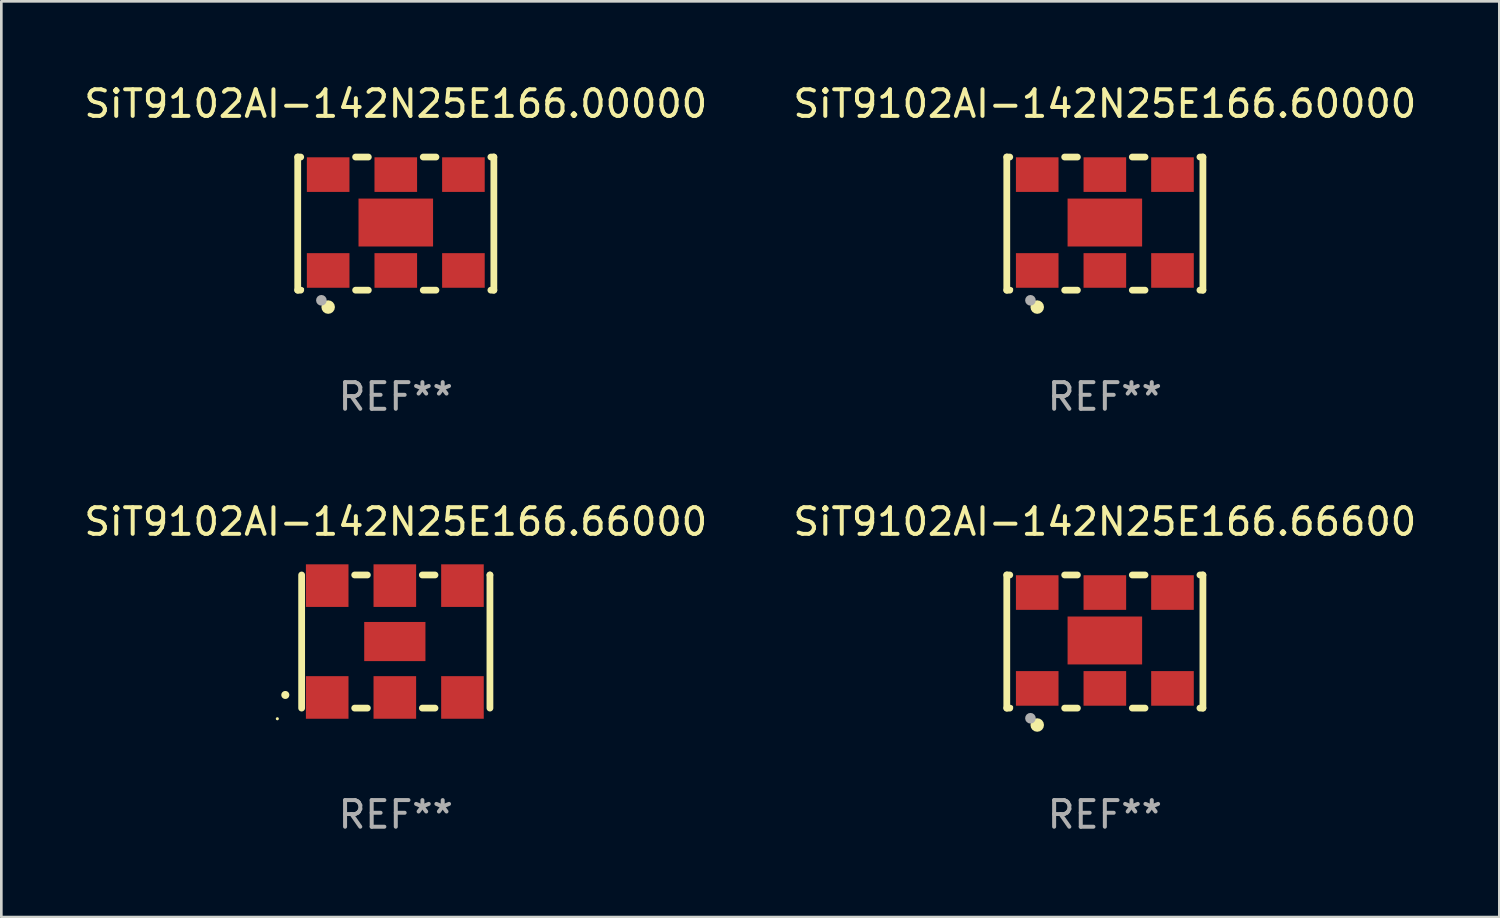
<source format=kicad_pcb>
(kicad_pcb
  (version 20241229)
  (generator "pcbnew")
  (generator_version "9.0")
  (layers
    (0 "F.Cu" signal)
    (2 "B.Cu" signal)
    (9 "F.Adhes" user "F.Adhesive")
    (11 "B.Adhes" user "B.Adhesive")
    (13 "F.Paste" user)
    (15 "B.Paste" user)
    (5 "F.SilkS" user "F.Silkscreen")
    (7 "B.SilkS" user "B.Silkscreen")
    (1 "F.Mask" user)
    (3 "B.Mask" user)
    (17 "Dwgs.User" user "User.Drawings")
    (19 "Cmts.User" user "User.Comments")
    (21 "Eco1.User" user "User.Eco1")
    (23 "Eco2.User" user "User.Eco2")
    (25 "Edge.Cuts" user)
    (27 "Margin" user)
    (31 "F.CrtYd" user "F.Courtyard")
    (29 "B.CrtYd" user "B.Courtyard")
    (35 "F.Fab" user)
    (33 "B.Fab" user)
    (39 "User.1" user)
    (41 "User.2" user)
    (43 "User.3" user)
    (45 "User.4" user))
  (footprint "SiT9102AI-142N25E166.60000"
    (layer "F.Cu")
    (at 38.446 5.348)
    (property "Reference" "SiT9102AI-142N25E166.60000" (at 0 -4.5 0) (layer "F.SilkS") (effects (font (size 1 1) (thickness 0.15))))
    (attr through_hole)
    (fp_line (start -3.683 -2.5) (end -3.571 -2.5) (stroke (width 0.254) (type solid)) (layer "F.SilkS"))
    (fp_line (start -3.683 2.5) (end -3.683 -2.5) (stroke (width 0.254) (type solid)) (layer "F.SilkS"))
    (fp_line (start -3.683 2.5) (end -3.571 2.5) (stroke (width 0.254) (type solid)) (layer "F.SilkS"))
    (fp_line (start -1.509 -2.5) (end -1.031 -2.5) (stroke (width 0.254) (type solid)) (layer "F.SilkS"))
    (fp_line (start -1.509 2.5) (end -1.031 2.5) (stroke (width 0.254) (type solid)) (layer "F.SilkS"))
    (fp_line (start 1.031 -2.5) (end 1.509 -2.5) (stroke (width 0.254) (type solid)) (layer "F.SilkS"))
    (fp_line (start 1.031 2.5) (end 1.509 2.5) (stroke (width 0.254) (type solid)) (layer "F.SilkS"))
    (fp_line (start 3.571 -2.5) (end 3.683 -2.5) (stroke (width 0.254) (type solid)) (layer "F.SilkS"))
    (fp_line (start 3.571 2.5) (end 3.683 2.5) (stroke (width 0.254) (type solid)) (layer "F.SilkS"))
    (fp_line (start 3.683 2.5) (end 3.683 -2.5) (stroke (width 0.254) (type solid)) (layer "F.SilkS"))
    (fp_circle (center -3.5 2.46) (end -3.47 2.46) (stroke (width 0.06) (type solid)) (fill no) (layer "F.SilkS"))
    (fp_circle (center -2.54 3.135) (end -2.413 3.135) (stroke (width 0.254) (type solid)) (fill no) (layer "F.SilkS"))
    (fp_circle (center -2.794 2.881) (end -2.694 2.881) (stroke (width 0.2) (type solid)) (fill no) (layer "F.Fab"))
    (fp_text user "REF**" (at 0 6.5 0) (layer "F.Fab") (effects (font (size 1 1) (thickness 0.15))))
    (pad "1" smd rect (at -2.54 1.76) (size 1.6 1.3) (layers "F.Cu" "F.Mask" "F.Paste"))
    (pad "2" smd rect (at 0 1.76) (size 1.6 1.3) (layers "F.Cu" "F.Mask" "F.Paste"))
    (pad "3" smd rect (at 2.54 1.76) (size 1.6 1.3) (layers "F.Cu" "F.Mask" "F.Paste"))
    (pad "4" smd rect (at 2.54 -1.84) (size 1.6 1.3) (layers "F.Cu" "F.Mask" "F.Paste"))
    (pad "5" smd rect (at 0 -1.84) (size 1.6 1.3) (layers "F.Cu" "F.Mask" "F.Paste"))
    (pad "6" smd rect (at -2.54 -1.84) (size 1.6 1.3) (layers "F.Cu" "F.Mask" "F.Paste"))
    (pad "7" smd rect (at 0 -0.04) (size 2.8 1.8) (layers "F.Cu" "F.Mask" "F.Paste")))
  (footprint "SiT9102AI-142N25E166.66000"
    (layer "F.Cu")
    (at 11.815 21.045)
    (property "Reference" "SiT9102AI-142N25E166.66000" (at 0 -4.5 0) (layer "F.SilkS") (effects (font (size 1 1) (thickness 0.15))))
    (attr through_hole)
    (fp_line (start -3.536 -2.5) (end -3.536 2.5) (stroke (width 0.254) (type solid)) (layer "F.SilkS"))
    (fp_line (start -1.544 2.5) (end -1.067 2.5) (stroke (width 0.254) (type solid)) (layer "F.SilkS"))
    (fp_line (start -1.067 -2.5) (end -1.544 -2.5) (stroke (width 0.254) (type solid)) (layer "F.SilkS"))
    (fp_line (start 0.996 2.5) (end 1.473 2.5) (stroke (width 0.254) (type solid)) (layer "F.SilkS"))
    (fp_line (start 1.473 -2.5) (end 0.996 -2.5) (stroke (width 0.254) (type solid)) (layer "F.SilkS"))
    (fp_line (start 3.536 -2.5) (end 3.536 -2.5) (stroke (width 0.254) (type solid)) (layer "F.SilkS"))
    (fp_line (start 3.536 2.5) (end 3.536 -2.5) (stroke (width 0.254) (type solid)) (layer "F.SilkS"))
    (fp_arc (start -4.150432 2.006604) (mid -4.149162 2.006599) (end -4.147892 2.006604) (stroke (width 0.3) (type solid)) (layer "F.SilkS"))
    (fp_circle (center -4.449 2.9) (end -4.419 2.9) (stroke (width 0.06) (type solid)) (fill no) (layer "F.SilkS"))
    (fp_text user "REF**" (at 0 6.5 0) (layer "F.Fab") (effects (font (size 1 1) (thickness 0.15))))
    (pad "1" smd rect (at -2.576 2.1) (size 1.6 1.6) (layers "F.Cu" "F.Mask" "F.Paste"))
    (pad "2" smd rect (at -0.036 2.1) (size 1.6 1.6) (layers "F.Cu" "F.Mask" "F.Paste"))
    (pad "3" smd rect (at 2.504 2.1) (size 1.6 1.6) (layers "F.Cu" "F.Mask" "F.Paste"))
    (pad "4" smd rect (at 2.504 -2.1) (size 1.6 1.6) (layers "F.Cu" "F.Mask" "F.Paste"))
    (pad "5" smd rect (at -0.036 -2.1) (size 1.6 1.6) (layers "F.Cu" "F.Mask" "F.Paste"))
    (pad "6" smd rect (at -2.576 -2.1) (size 1.6 1.6) (layers "F.Cu" "F.Mask" "F.Paste"))
    (pad "7" smd rect (at -0.036 0) (size 2.3 1.47) (layers "F.Cu" "F.Mask" "F.Paste")))
  (footprint "SiT9102AI-142N25E166.66600"
    (layer "F.Cu")
    (at 38.446 21.045)
    (property "Reference" "SiT9102AI-142N25E166.66600" (at 0 -4.5 0) (layer "F.SilkS") (effects (font (size 1 1) (thickness 0.15))))
    (attr through_hole)
    (fp_line (start -3.683 -2.5) (end -3.571 -2.5) (stroke (width 0.254) (type solid)) (layer "F.SilkS"))
    (fp_line (start -3.683 2.5) (end -3.683 -2.5) (stroke (width 0.254) (type solid)) (layer "F.SilkS"))
    (fp_line (start -3.683 2.5) (end -3.571 2.5) (stroke (width 0.254) (type solid)) (layer "F.SilkS"))
    (fp_line (start -1.509 -2.5) (end -1.031 -2.5) (stroke (width 0.254) (type solid)) (layer "F.SilkS"))
    (fp_line (start -1.509 2.5) (end -1.031 2.5) (stroke (width 0.254) (type solid)) (layer "F.SilkS"))
    (fp_line (start 1.031 -2.5) (end 1.509 -2.5) (stroke (width 0.254) (type solid)) (layer "F.SilkS"))
    (fp_line (start 1.031 2.5) (end 1.509 2.5) (stroke (width 0.254) (type solid)) (layer "F.SilkS"))
    (fp_line (start 3.571 -2.5) (end 3.683 -2.5) (stroke (width 0.254) (type solid)) (layer "F.SilkS"))
    (fp_line (start 3.571 2.5) (end 3.683 2.5) (stroke (width 0.254) (type solid)) (layer "F.SilkS"))
    (fp_line (start 3.683 2.5) (end 3.683 -2.5) (stroke (width 0.254) (type solid)) (layer "F.SilkS"))
    (fp_circle (center -3.5 2.46) (end -3.47 2.46) (stroke (width 0.06) (type solid)) (fill no) (layer "F.SilkS"))
    (fp_circle (center -2.54 3.135) (end -2.413 3.135) (stroke (width 0.254) (type solid)) (fill no) (layer "F.SilkS"))
    (fp_circle (center -2.794 2.881) (end -2.694 2.881) (stroke (width 0.2) (type solid)) (fill no) (layer "F.Fab"))
    (fp_text user "REF**" (at 0 6.5 0) (layer "F.Fab") (effects (font (size 1 1) (thickness 0.15))))
    (pad "1" smd rect (at -2.54 1.76) (size 1.6 1.3) (layers "F.Cu" "F.Mask" "F.Paste"))
    (pad "2" smd rect (at 0 1.76) (size 1.6 1.3) (layers "F.Cu" "F.Mask" "F.Paste"))
    (pad "3" smd rect (at 2.54 1.76) (size 1.6 1.3) (layers "F.Cu" "F.Mask" "F.Paste"))
    (pad "4" smd rect (at 2.54 -1.84) (size 1.6 1.3) (layers "F.Cu" "F.Mask" "F.Paste"))
    (pad "5" smd rect (at 0 -1.84) (size 1.6 1.3) (layers "F.Cu" "F.Mask" "F.Paste"))
    (pad "6" smd rect (at -2.54 -1.84) (size 1.6 1.3) (layers "F.Cu" "F.Mask" "F.Paste"))
    (pad "7" smd rect (at 0 -0.04) (size 2.8 1.8) (layers "F.Cu" "F.Mask" "F.Paste")))
  (footprint "SiT9102AI-142N25E166.00000"
    (layer "F.Cu")
    (at 11.815 5.348)
    (property "Reference" "SiT9102AI-142N25E166.00000" (at 0 -4.5 0) (layer "F.SilkS") (effects (font (size 1 1) (thickness 0.15))))
    (attr through_hole)
    (fp_line (start -3.683 -2.5) (end -3.571 -2.5) (stroke (width 0.254) (type solid)) (layer "F.SilkS"))
    (fp_line (start -3.683 2.5) (end -3.683 -2.5) (stroke (width 0.254) (type solid)) (layer "F.SilkS"))
    (fp_line (start -3.683 2.5) (end -3.571 2.5) (stroke (width 0.254) (type solid)) (layer "F.SilkS"))
    (fp_line (start -1.509 -2.5) (end -1.031 -2.5) (stroke (width 0.254) (type solid)) (layer "F.SilkS"))
    (fp_line (start -1.509 2.5) (end -1.031 2.5) (stroke (width 0.254) (type solid)) (layer "F.SilkS"))
    (fp_line (start 1.031 -2.5) (end 1.509 -2.5) (stroke (width 0.254) (type solid)) (layer "F.SilkS"))
    (fp_line (start 1.031 2.5) (end 1.509 2.5) (stroke (width 0.254) (type solid)) (layer "F.SilkS"))
    (fp_line (start 3.571 -2.5) (end 3.683 -2.5) (stroke (width 0.254) (type solid)) (layer "F.SilkS"))
    (fp_line (start 3.571 2.5) (end 3.683 2.5) (stroke (width 0.254) (type solid)) (layer "F.SilkS"))
    (fp_line (start 3.683 2.5) (end 3.683 -2.5) (stroke (width 0.254) (type solid)) (layer "F.SilkS"))
    (fp_circle (center -3.5 2.46) (end -3.47 2.46) (stroke (width 0.06) (type solid)) (fill no) (layer "F.SilkS"))
    (fp_circle (center -2.54 3.135) (end -2.413 3.135) (stroke (width 0.254) (type solid)) (fill no) (layer "F.SilkS"))
    (fp_circle (center -2.794 2.881) (end -2.694 2.881) (stroke (width 0.2) (type solid)) (fill no) (layer "F.Fab"))
    (fp_text user "REF**" (at 0 6.5 0) (layer "F.Fab") (effects (font (size 1 1) (thickness 0.15))))
    (pad "1" smd rect (at -2.54 1.76) (size 1.6 1.3) (layers "F.Cu" "F.Mask" "F.Paste"))
    (pad "2" smd rect (at 0 1.76) (size 1.6 1.3) (layers "F.Cu" "F.Mask" "F.Paste"))
    (pad "3" smd rect (at 2.54 1.76) (size 1.6 1.3) (layers "F.Cu" "F.Mask" "F.Paste"))
    (pad "4" smd rect (at 2.54 -1.84) (size 1.6 1.3) (layers "F.Cu" "F.Mask" "F.Paste"))
    (pad "5" smd rect (at 0 -1.84) (size 1.6 1.3) (layers "F.Cu" "F.Mask" "F.Paste"))
    (pad "6" smd rect (at -2.54 -1.84) (size 1.6 1.3) (layers "F.Cu" "F.Mask" "F.Paste"))
    (pad "7" smd rect (at 0 -0.04) (size 2.8 1.8) (layers "F.Cu" "F.Mask" "F.Paste")))
  (gr_rect
    (start -3 -3)
    (end 53.262 31.393)
    (stroke (width 0.1) (type default))
    (fill no)
    (layer "Edge.Cuts")))
</source>
